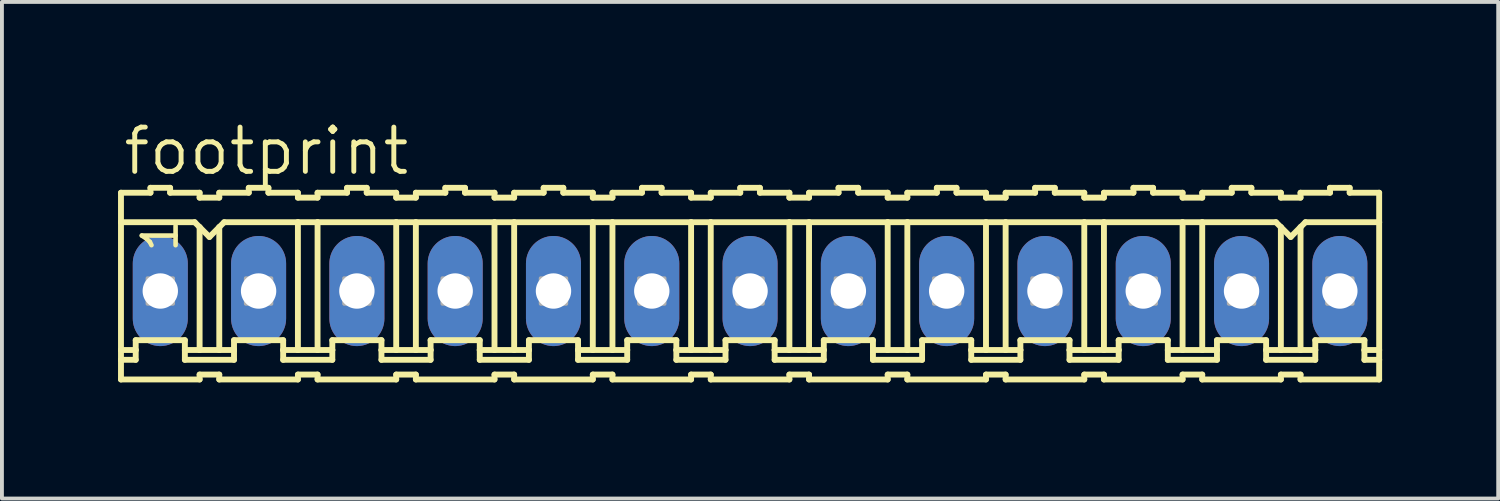
<source format=kicad_pcb>
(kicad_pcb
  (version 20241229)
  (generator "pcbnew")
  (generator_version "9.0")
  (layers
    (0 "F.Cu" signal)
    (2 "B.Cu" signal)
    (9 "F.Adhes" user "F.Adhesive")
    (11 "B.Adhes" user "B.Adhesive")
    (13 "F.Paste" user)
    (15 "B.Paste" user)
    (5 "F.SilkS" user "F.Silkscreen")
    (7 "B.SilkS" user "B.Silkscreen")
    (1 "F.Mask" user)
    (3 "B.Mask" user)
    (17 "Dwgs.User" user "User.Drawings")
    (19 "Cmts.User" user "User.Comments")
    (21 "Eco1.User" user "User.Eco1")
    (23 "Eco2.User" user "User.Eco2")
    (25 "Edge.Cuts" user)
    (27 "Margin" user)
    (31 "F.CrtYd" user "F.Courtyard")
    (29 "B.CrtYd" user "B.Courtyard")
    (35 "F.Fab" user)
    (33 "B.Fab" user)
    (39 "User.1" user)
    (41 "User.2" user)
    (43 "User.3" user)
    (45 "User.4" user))
  (footprint "footprint"
    (layer "F.Cu")
    (at 16.332 4.47)
    (property "Reference" "footprint" (at -16.256 -2.946 0) (layer "F.SilkS") (effects (font (size 1.143 1.143) (thickness 0.127)) (justify left bottom)))
    (fp_line (start -16.256 -2.54) (end -16.256 -1.778) (stroke (width 0.152) (type solid)) (layer "F.SilkS"))
    (fp_line (start -16.256 -2.54) (end -15.494 -2.54) (stroke (width 0.152) (type solid)) (layer "F.SilkS"))
    (fp_line (start -16.256 -1.778) (end -16.256 1.524) (stroke (width 0.152) (type solid)) (layer "F.SilkS"))
    (fp_line (start -16.256 1.524) (end -16.256 1.778) (stroke (width 0.152) (type solid)) (layer "F.SilkS"))
    (fp_line (start -16.256 1.778) (end -16.256 2.286) (stroke (width 0.152) (type solid)) (layer "F.SilkS"))
    (fp_line (start -16.256 1.778) (end -15.875 1.778) (stroke (width 0.152) (type solid)) (layer "F.SilkS"))
    (fp_line (start -15.875 1.27) (end -14.605 1.27) (stroke (width 0.152) (type solid)) (layer "F.SilkS"))
    (fp_line (start -15.875 1.524) (end -16.256 1.524) (stroke (width 0.152) (type solid)) (layer "F.SilkS"))
    (fp_line (start -15.875 1.524) (end -15.875 1.27) (stroke (width 0.152) (type solid)) (layer "F.SilkS"))
    (fp_line (start -15.875 1.778) (end -15.875 1.524) (stroke (width 0.152) (type solid)) (layer "F.SilkS"))
    (fp_line (start -15.494 -2.54) (end -15.494 -2.667) (stroke (width 0.152) (type solid)) (layer "F.SilkS"))
    (fp_line (start -14.986 -2.667) (end -15.494 -2.667) (stroke (width 0.152) (type solid)) (layer "F.SilkS"))
    (fp_line (start -14.986 -2.54) (end -14.986 -2.667) (stroke (width 0.152) (type solid)) (layer "F.SilkS"))
    (fp_line (start -14.605 1.524) (end -14.605 1.27) (stroke (width 0.152) (type solid)) (layer "F.SilkS"))
    (fp_line (start -14.605 1.524) (end -14.224 1.524) (stroke (width 0.152) (type solid)) (layer "F.SilkS"))
    (fp_line (start -14.605 1.778) (end -14.605 1.524) (stroke (width 0.152) (type solid)) (layer "F.SilkS"))
    (fp_line (start -14.351 -1.778) (end -16.256 -1.778) (stroke (width 0.152) (type solid)) (layer "F.SilkS"))
    (fp_line (start -14.351 -1.778) (end -14.224 -1.651) (stroke (width 0.152) (type solid)) (layer "F.SilkS"))
    (fp_line (start -14.224 -2.54) (end -14.986 -2.54) (stroke (width 0.152) (type solid)) (layer "F.SilkS"))
    (fp_line (start -14.224 -2.413) (end -14.224 -2.54) (stroke (width 0.152) (type solid)) (layer "F.SilkS"))
    (fp_line (start -14.224 -2.413) (end -13.716 -2.413) (stroke (width 0.152) (type solid)) (layer "F.SilkS"))
    (fp_line (start -14.224 -1.651) (end -14.224 1.524) (stroke (width 0.152) (type solid)) (layer "F.SilkS"))
    (fp_line (start -14.224 -1.651) (end -13.97 -1.397) (stroke (width 0.152) (type solid)) (layer "F.SilkS"))
    (fp_line (start -14.224 1.524) (end -13.716 1.524) (stroke (width 0.152) (type solid)) (layer "F.SilkS"))
    (fp_line (start -14.224 2.159) (end -14.224 2.286) (stroke (width 0.152) (type solid)) (layer "F.SilkS"))
    (fp_line (start -14.224 2.286) (end -16.256 2.286) (stroke (width 0.152) (type solid)) (layer "F.SilkS"))
    (fp_line (start -13.97 -1.397) (end -13.716 -1.651) (stroke (width 0.152) (type solid)) (layer "F.SilkS"))
    (fp_line (start -13.716 -2.54) (end -12.954 -2.54) (stroke (width 0.152) (type solid)) (layer "F.SilkS"))
    (fp_line (start -13.716 -2.413) (end -13.716 -2.54) (stroke (width 0.152) (type solid)) (layer "F.SilkS"))
    (fp_line (start -13.716 -1.651) (end -13.716 1.524) (stroke (width 0.152) (type solid)) (layer "F.SilkS"))
    (fp_line (start -13.716 -1.651) (end -13.589 -1.778) (stroke (width 0.152) (type solid)) (layer "F.SilkS"))
    (fp_line (start -13.716 1.524) (end -13.335 1.524) (stroke (width 0.152) (type solid)) (layer "F.SilkS"))
    (fp_line (start -13.716 2.159) (end -14.224 2.159) (stroke (width 0.152) (type solid)) (layer "F.SilkS"))
    (fp_line (start -13.716 2.159) (end -13.716 2.286) (stroke (width 0.152) (type solid)) (layer "F.SilkS"))
    (fp_line (start -13.716 2.286) (end -11.684 2.286) (stroke (width 0.152) (type solid)) (layer "F.SilkS"))
    (fp_line (start -13.589 -1.778) (end -11.684 -1.778) (stroke (width 0.152) (type solid)) (layer "F.SilkS"))
    (fp_line (start -13.335 1.27) (end -12.065 1.27) (stroke (width 0.152) (type solid)) (layer "F.SilkS"))
    (fp_line (start -13.335 1.524) (end -13.335 1.27) (stroke (width 0.152) (type solid)) (layer "F.SilkS"))
    (fp_line (start -13.335 1.778) (end -14.605 1.778) (stroke (width 0.152) (type solid)) (layer "F.SilkS"))
    (fp_line (start -13.335 1.778) (end -13.335 1.524) (stroke (width 0.152) (type solid)) (layer "F.SilkS"))
    (fp_line (start -12.954 -2.54) (end -12.954 -2.667) (stroke (width 0.152) (type solid)) (layer "F.SilkS"))
    (fp_line (start -12.446 -2.667) (end -12.954 -2.667) (stroke (width 0.152) (type solid)) (layer "F.SilkS"))
    (fp_line (start -12.446 -2.54) (end -12.446 -2.667) (stroke (width 0.152) (type solid)) (layer "F.SilkS"))
    (fp_line (start -12.446 -2.54) (end -11.684 -2.54) (stroke (width 0.152) (type solid)) (layer "F.SilkS"))
    (fp_line (start -12.065 1.524) (end -12.065 1.27) (stroke (width 0.152) (type solid)) (layer "F.SilkS"))
    (fp_line (start -12.065 1.524) (end -11.684 1.524) (stroke (width 0.152) (type solid)) (layer "F.SilkS"))
    (fp_line (start -12.065 1.778) (end -12.065 1.524) (stroke (width 0.152) (type solid)) (layer "F.SilkS"))
    (fp_line (start -12.065 1.778) (end -10.795 1.778) (stroke (width 0.152) (type solid)) (layer "F.SilkS"))
    (fp_line (start -11.684 -2.413) (end -11.684 -2.54) (stroke (width 0.152) (type solid)) (layer "F.SilkS"))
    (fp_line (start -11.684 -1.778) (end -11.684 1.524) (stroke (width 0.152) (type solid)) (layer "F.SilkS"))
    (fp_line (start -11.684 -1.778) (end -11.176 -1.778) (stroke (width 0.152) (type solid)) (layer "F.SilkS"))
    (fp_line (start -11.684 1.524) (end -11.176 1.524) (stroke (width 0.152) (type solid)) (layer "F.SilkS"))
    (fp_line (start -11.684 2.159) (end -11.684 2.286) (stroke (width 0.152) (type solid)) (layer "F.SilkS"))
    (fp_line (start -11.176 -2.54) (end -10.414 -2.54) (stroke (width 0.152) (type solid)) (layer "F.SilkS"))
    (fp_line (start -11.176 -2.413) (end -11.684 -2.413) (stroke (width 0.152) (type solid)) (layer "F.SilkS"))
    (fp_line (start -11.176 -2.413) (end -11.176 -2.54) (stroke (width 0.152) (type solid)) (layer "F.SilkS"))
    (fp_line (start -11.176 -1.778) (end -11.176 1.524) (stroke (width 0.152) (type solid)) (layer "F.SilkS"))
    (fp_line (start -11.176 -1.778) (end -9.144 -1.778) (stroke (width 0.152) (type solid)) (layer "F.SilkS"))
    (fp_line (start -11.176 1.524) (end -10.795 1.524) (stroke (width 0.152) (type solid)) (layer "F.SilkS"))
    (fp_line (start -11.176 2.159) (end -11.684 2.159) (stroke (width 0.152) (type solid)) (layer "F.SilkS"))
    (fp_line (start -11.176 2.159) (end -11.176 2.286) (stroke (width 0.152) (type solid)) (layer "F.SilkS"))
    (fp_line (start -10.795 1.27) (end -9.525 1.27) (stroke (width 0.152) (type solid)) (layer "F.SilkS"))
    (fp_line (start -10.795 1.524) (end -10.795 1.27) (stroke (width 0.152) (type solid)) (layer "F.SilkS"))
    (fp_line (start -10.795 1.778) (end -10.795 1.524) (stroke (width 0.152) (type solid)) (layer "F.SilkS"))
    (fp_line (start -10.414 -2.54) (end -10.414 -2.667) (stroke (width 0.152) (type solid)) (layer "F.SilkS"))
    (fp_line (start -9.906 -2.667) (end -10.414 -2.667) (stroke (width 0.152) (type solid)) (layer "F.SilkS"))
    (fp_line (start -9.906 -2.54) (end -9.906 -2.667) (stroke (width 0.152) (type solid)) (layer "F.SilkS"))
    (fp_line (start -9.906 -2.54) (end -9.144 -2.54) (stroke (width 0.152) (type solid)) (layer "F.SilkS"))
    (fp_line (start -9.525 1.524) (end -9.525 1.27) (stroke (width 0.152) (type solid)) (layer "F.SilkS"))
    (fp_line (start -9.525 1.524) (end -9.144 1.524) (stroke (width 0.152) (type solid)) (layer "F.SilkS"))
    (fp_line (start -9.525 1.778) (end -9.525 1.524) (stroke (width 0.152) (type solid)) (layer "F.SilkS"))
    (fp_line (start -9.144 -2.54) (end -9.144 -2.413) (stroke (width 0.152) (type solid)) (layer "F.SilkS"))
    (fp_line (start -9.144 -1.778) (end -9.144 1.524) (stroke (width 0.152) (type solid)) (layer "F.SilkS"))
    (fp_line (start -9.144 2.159) (end -9.144 2.286) (stroke (width 0.152) (type solid)) (layer "F.SilkS"))
    (fp_line (start -9.144 2.286) (end -11.176 2.286) (stroke (width 0.152) (type solid)) (layer "F.SilkS"))
    (fp_line (start -8.636 -2.54) (end -8.636 -2.413) (stroke (width 0.152) (type solid)) (layer "F.SilkS"))
    (fp_line (start -8.636 -2.54) (end -7.874 -2.54) (stroke (width 0.152) (type solid)) (layer "F.SilkS"))
    (fp_line (start -8.636 -2.413) (end -9.144 -2.413) (stroke (width 0.152) (type solid)) (layer "F.SilkS"))
    (fp_line (start -8.636 -1.778) (end -9.144 -1.778) (stroke (width 0.152) (type solid)) (layer "F.SilkS"))
    (fp_line (start -8.636 -1.778) (end -8.636 1.524) (stroke (width 0.152) (type solid)) (layer "F.SilkS"))
    (fp_line (start -8.636 -1.778) (end -6.604 -1.778) (stroke (width 0.152) (type solid)) (layer "F.SilkS"))
    (fp_line (start -8.636 1.524) (end -9.144 1.524) (stroke (width 0.152) (type solid)) (layer "F.SilkS"))
    (fp_line (start -8.636 2.159) (end -9.144 2.159) (stroke (width 0.152) (type solid)) (layer "F.SilkS"))
    (fp_line (start -8.636 2.159) (end -8.636 2.286) (stroke (width 0.152) (type solid)) (layer "F.SilkS"))
    (fp_line (start -8.255 1.27) (end -6.985 1.27) (stroke (width 0.152) (type solid)) (layer "F.SilkS"))
    (fp_line (start -8.255 1.524) (end -8.636 1.524) (stroke (width 0.152) (type solid)) (layer "F.SilkS"))
    (fp_line (start -8.255 1.524) (end -8.255 1.27) (stroke (width 0.152) (type solid)) (layer "F.SilkS"))
    (fp_line (start -8.255 1.778) (end -9.525 1.778) (stroke (width 0.152) (type solid)) (layer "F.SilkS"))
    (fp_line (start -8.255 1.778) (end -8.255 1.524) (stroke (width 0.152) (type solid)) (layer "F.SilkS"))
    (fp_line (start -7.874 -2.54) (end -7.874 -2.667) (stroke (width 0.152) (type solid)) (layer "F.SilkS"))
    (fp_line (start -7.366 -2.667) (end -7.874 -2.667) (stroke (width 0.152) (type solid)) (layer "F.SilkS"))
    (fp_line (start -7.366 -2.54) (end -7.366 -2.667) (stroke (width 0.152) (type solid)) (layer "F.SilkS"))
    (fp_line (start -6.985 1.524) (end -6.985 1.27) (stroke (width 0.152) (type solid)) (layer "F.SilkS"))
    (fp_line (start -6.985 1.524) (end -6.604 1.524) (stroke (width 0.152) (type solid)) (layer "F.SilkS"))
    (fp_line (start -6.985 1.778) (end -6.985 1.524) (stroke (width 0.152) (type solid)) (layer "F.SilkS"))
    (fp_line (start -6.604 -2.54) (end -7.366 -2.54) (stroke (width 0.152) (type solid)) (layer "F.SilkS"))
    (fp_line (start -6.604 -2.413) (end -6.604 -2.54) (stroke (width 0.152) (type solid)) (layer "F.SilkS"))
    (fp_line (start -6.604 -2.413) (end -6.096 -2.413) (stroke (width 0.152) (type solid)) (layer "F.SilkS"))
    (fp_line (start -6.604 -1.778) (end -6.604 1.524) (stroke (width 0.152) (type solid)) (layer "F.SilkS"))
    (fp_line (start -6.604 -1.778) (end -6.096 -1.778) (stroke (width 0.152) (type solid)) (layer "F.SilkS"))
    (fp_line (start -6.604 1.524) (end -6.096 1.524) (stroke (width 0.152) (type solid)) (layer "F.SilkS"))
    (fp_line (start -6.604 2.159) (end -6.604 2.286) (stroke (width 0.152) (type solid)) (layer "F.SilkS"))
    (fp_line (start -6.604 2.286) (end -8.636 2.286) (stroke (width 0.152) (type solid)) (layer "F.SilkS"))
    (fp_line (start -6.096 -2.54) (end -5.334 -2.54) (stroke (width 0.152) (type solid)) (layer "F.SilkS"))
    (fp_line (start -6.096 -2.413) (end -6.096 -2.54) (stroke (width 0.152) (type solid)) (layer "F.SilkS"))
    (fp_line (start -6.096 -1.778) (end -6.096 1.524) (stroke (width 0.152) (type solid)) (layer "F.SilkS"))
    (fp_line (start -6.096 -1.778) (end -4.064 -1.778) (stroke (width 0.152) (type solid)) (layer "F.SilkS"))
    (fp_line (start -6.096 1.524) (end -5.715 1.524) (stroke (width 0.152) (type solid)) (layer "F.SilkS"))
    (fp_line (start -6.096 2.159) (end -6.604 2.159) (stroke (width 0.152) (type solid)) (layer "F.SilkS"))
    (fp_line (start -6.096 2.159) (end -6.096 2.286) (stroke (width 0.152) (type solid)) (layer "F.SilkS"))
    (fp_line (start -5.715 1.27) (end -4.445 1.27) (stroke (width 0.152) (type solid)) (layer "F.SilkS"))
    (fp_line (start -5.715 1.524) (end -5.715 1.27) (stroke (width 0.152) (type solid)) (layer "F.SilkS"))
    (fp_line (start -5.715 1.778) (end -6.985 1.778) (stroke (width 0.152) (type solid)) (layer "F.SilkS"))
    (fp_line (start -5.715 1.778) (end -5.715 1.524) (stroke (width 0.152) (type solid)) (layer "F.SilkS"))
    (fp_line (start -5.334 -2.54) (end -5.334 -2.667) (stroke (width 0.152) (type solid)) (layer "F.SilkS"))
    (fp_line (start -4.826 -2.667) (end -5.334 -2.667) (stroke (width 0.152) (type solid)) (layer "F.SilkS"))
    (fp_line (start -4.826 -2.54) (end -4.826 -2.667) (stroke (width 0.152) (type solid)) (layer "F.SilkS"))
    (fp_line (start -4.445 1.524) (end -4.445 1.27) (stroke (width 0.152) (type solid)) (layer "F.SilkS"))
    (fp_line (start -4.445 1.524) (end -4.064 1.524) (stroke (width 0.152) (type solid)) (layer "F.SilkS"))
    (fp_line (start -4.445 1.778) (end -4.445 1.524) (stroke (width 0.152) (type solid)) (layer "F.SilkS"))
    (fp_line (start -4.064 -2.54) (end -4.826 -2.54) (stroke (width 0.152) (type solid)) (layer "F.SilkS"))
    (fp_line (start -4.064 -2.413) (end -4.064 -2.54) (stroke (width 0.152) (type solid)) (layer "F.SilkS"))
    (fp_line (start -4.064 -2.413) (end -3.556 -2.413) (stroke (width 0.152) (type solid)) (layer "F.SilkS"))
    (fp_line (start -4.064 -1.778) (end -4.064 1.524) (stroke (width 0.152) (type solid)) (layer "F.SilkS"))
    (fp_line (start -4.064 -1.778) (end -3.556 -1.778) (stroke (width 0.152) (type solid)) (layer "F.SilkS"))
    (fp_line (start -4.064 1.524) (end -3.556 1.524) (stroke (width 0.152) (type solid)) (layer "F.SilkS"))
    (fp_line (start -4.064 2.159) (end -4.064 2.286) (stroke (width 0.152) (type solid)) (layer "F.SilkS"))
    (fp_line (start -4.064 2.286) (end -6.096 2.286) (stroke (width 0.152) (type solid)) (layer "F.SilkS"))
    (fp_line (start -3.556 -2.54) (end -2.794 -2.54) (stroke (width 0.152) (type solid)) (layer "F.SilkS"))
    (fp_line (start -3.556 -2.413) (end -3.556 -2.54) (stroke (width 0.152) (type solid)) (layer "F.SilkS"))
    (fp_line (start -3.556 -1.778) (end -3.556 1.524) (stroke (width 0.152) (type solid)) (layer "F.SilkS"))
    (fp_line (start -3.556 -1.778) (end -1.524 -1.778) (stroke (width 0.152) (type solid)) (layer "F.SilkS"))
    (fp_line (start -3.556 1.524) (end -3.175 1.524) (stroke (width 0.152) (type solid)) (layer "F.SilkS"))
    (fp_line (start -3.556 2.159) (end -4.064 2.159) (stroke (width 0.152) (type solid)) (layer "F.SilkS"))
    (fp_line (start -3.556 2.159) (end -3.556 2.286) (stroke (width 0.152) (type solid)) (layer "F.SilkS"))
    (fp_line (start -3.175 1.27) (end -1.905 1.27) (stroke (width 0.152) (type solid)) (layer "F.SilkS"))
    (fp_line (start -3.175 1.524) (end -3.175 1.27) (stroke (width 0.152) (type solid)) (layer "F.SilkS"))
    (fp_line (start -3.175 1.778) (end -4.445 1.778) (stroke (width 0.152) (type solid)) (layer "F.SilkS"))
    (fp_line (start -3.175 1.778) (end -3.175 1.524) (stroke (width 0.152) (type solid)) (layer "F.SilkS"))
    (fp_line (start -2.794 -2.54) (end -2.794 -2.667) (stroke (width 0.152) (type solid)) (layer "F.SilkS"))
    (fp_line (start -2.286 -2.667) (end -2.794 -2.667) (stroke (width 0.152) (type solid)) (layer "F.SilkS"))
    (fp_line (start -2.286 -2.54) (end -2.286 -2.667) (stroke (width 0.152) (type solid)) (layer "F.SilkS"))
    (fp_line (start -1.905 1.524) (end -1.905 1.27) (stroke (width 0.152) (type solid)) (layer "F.SilkS"))
    (fp_line (start -1.905 1.524) (end -1.524 1.524) (stroke (width 0.152) (type solid)) (layer "F.SilkS"))
    (fp_line (start -1.905 1.778) (end -1.905 1.524) (stroke (width 0.152) (type solid)) (layer "F.SilkS"))
    (fp_line (start -1.524 -2.54) (end -2.286 -2.54) (stroke (width 0.152) (type solid)) (layer "F.SilkS"))
    (fp_line (start -1.524 -2.413) (end -1.524 -2.54) (stroke (width 0.152) (type solid)) (layer "F.SilkS"))
    (fp_line (start -1.524 -2.413) (end -1.016 -2.413) (stroke (width 0.152) (type solid)) (layer "F.SilkS"))
    (fp_line (start -1.524 -1.778) (end -1.524 1.524) (stroke (width 0.152) (type solid)) (layer "F.SilkS"))
    (fp_line (start -1.524 -1.778) (end -1.016 -1.778) (stroke (width 0.152) (type solid)) (layer "F.SilkS"))
    (fp_line (start -1.524 1.524) (end -1.016 1.524) (stroke (width 0.152) (type solid)) (layer "F.SilkS"))
    (fp_line (start -1.524 2.159) (end -1.524 2.286) (stroke (width 0.152) (type solid)) (layer "F.SilkS"))
    (fp_line (start -1.524 2.286) (end -3.556 2.286) (stroke (width 0.152) (type solid)) (layer "F.SilkS"))
    (fp_line (start -1.016 -2.54) (end -0.254 -2.54) (stroke (width 0.152) (type solid)) (layer "F.SilkS"))
    (fp_line (start -1.016 -2.413) (end -1.016 -2.54) (stroke (width 0.152) (type solid)) (layer "F.SilkS"))
    (fp_line (start -1.016 -1.778) (end -1.016 1.524) (stroke (width 0.152) (type solid)) (layer "F.SilkS"))
    (fp_line (start -1.016 -1.778) (end 1.016 -1.778) (stroke (width 0.152) (type solid)) (layer "F.SilkS"))
    (fp_line (start -1.016 1.524) (end -0.635 1.524) (stroke (width 0.152) (type solid)) (layer "F.SilkS"))
    (fp_line (start -1.016 2.159) (end -1.524 2.159) (stroke (width 0.152) (type solid)) (layer "F.SilkS"))
    (fp_line (start -1.016 2.159) (end -1.016 2.286) (stroke (width 0.152) (type solid)) (layer "F.SilkS"))
    (fp_line (start -0.635 1.27) (end 0.635 1.27) (stroke (width 0.152) (type solid)) (layer "F.SilkS"))
    (fp_line (start -0.635 1.524) (end -0.635 1.27) (stroke (width 0.152) (type solid)) (layer "F.SilkS"))
    (fp_line (start -0.635 1.778) (end -1.905 1.778) (stroke (width 0.152) (type solid)) (layer "F.SilkS"))
    (fp_line (start -0.635 1.778) (end -0.635 1.524) (stroke (width 0.152) (type solid)) (layer "F.SilkS"))
    (fp_line (start -0.254 -2.54) (end -0.254 -2.667) (stroke (width 0.152) (type solid)) (layer "F.SilkS"))
    (fp_line (start 0.254 -2.667) (end -0.254 -2.667) (stroke (width 0.152) (type solid)) (layer "F.SilkS"))
    (fp_line (start 0.254 -2.54) (end 0.254 -2.667) (stroke (width 0.152) (type solid)) (layer "F.SilkS"))
    (fp_line (start 0.635 1.524) (end 0.635 1.27) (stroke (width 0.152) (type solid)) (layer "F.SilkS"))
    (fp_line (start 0.635 1.524) (end 1.016 1.524) (stroke (width 0.152) (type solid)) (layer "F.SilkS"))
    (fp_line (start 0.635 1.778) (end 0.635 1.524) (stroke (width 0.152) (type solid)) (layer "F.SilkS"))
    (fp_line (start 1.016 -2.54) (end 0.254 -2.54) (stroke (width 0.152) (type solid)) (layer "F.SilkS"))
    (fp_line (start 1.016 -2.413) (end 1.016 -2.54) (stroke (width 0.152) (type solid)) (layer "F.SilkS"))
    (fp_line (start 1.016 -2.413) (end 1.524 -2.413) (stroke (width 0.152) (type solid)) (layer "F.SilkS"))
    (fp_line (start 1.016 -1.778) (end 1.016 1.524) (stroke (width 0.152) (type solid)) (layer "F.SilkS"))
    (fp_line (start 1.016 -1.778) (end 1.524 -1.778) (stroke (width 0.152) (type solid)) (layer "F.SilkS"))
    (fp_line (start 1.016 1.524) (end 1.524 1.524) (stroke (width 0.152) (type solid)) (layer "F.SilkS"))
    (fp_line (start 1.016 2.159) (end 1.016 2.286) (stroke (width 0.152) (type solid)) (layer "F.SilkS"))
    (fp_line (start 1.016 2.286) (end -1.016 2.286) (stroke (width 0.152) (type solid)) (layer "F.SilkS"))
    (fp_line (start 1.524 -2.54) (end 2.286 -2.54) (stroke (width 0.152) (type solid)) (layer "F.SilkS"))
    (fp_line (start 1.524 -2.413) (end 1.524 -2.54) (stroke (width 0.152) (type solid)) (layer "F.SilkS"))
    (fp_line (start 1.524 -1.778) (end 1.524 1.524) (stroke (width 0.152) (type solid)) (layer "F.SilkS"))
    (fp_line (start 1.524 -1.778) (end 3.556 -1.778) (stroke (width 0.152) (type solid)) (layer "F.SilkS"))
    (fp_line (start 1.524 1.524) (end 1.905 1.524) (stroke (width 0.152) (type solid)) (layer "F.SilkS"))
    (fp_line (start 1.524 2.159) (end 1.016 2.159) (stroke (width 0.152) (type solid)) (layer "F.SilkS"))
    (fp_line (start 1.524 2.159) (end 1.524 2.286) (stroke (width 0.152) (type solid)) (layer "F.SilkS"))
    (fp_line (start 1.905 1.27) (end 3.175 1.27) (stroke (width 0.152) (type solid)) (layer "F.SilkS"))
    (fp_line (start 1.905 1.524) (end 1.905 1.27) (stroke (width 0.152) (type solid)) (layer "F.SilkS"))
    (fp_line (start 1.905 1.778) (end 0.635 1.778) (stroke (width 0.152) (type solid)) (layer "F.SilkS"))
    (fp_line (start 1.905 1.778) (end 1.905 1.524) (stroke (width 0.152) (type solid)) (layer "F.SilkS"))
    (fp_line (start 2.286 -2.54) (end 2.286 -2.667) (stroke (width 0.152) (type solid)) (layer "F.SilkS"))
    (fp_line (start 2.794 -2.667) (end 2.286 -2.667) (stroke (width 0.152) (type solid)) (layer "F.SilkS"))
    (fp_line (start 2.794 -2.54) (end 2.794 -2.667) (stroke (width 0.152) (type solid)) (layer "F.SilkS"))
    (fp_line (start 3.175 1.524) (end 3.175 1.27) (stroke (width 0.152) (type solid)) (layer "F.SilkS"))
    (fp_line (start 3.175 1.524) (end 3.556 1.524) (stroke (width 0.152) (type solid)) (layer "F.SilkS"))
    (fp_line (start 3.175 1.778) (end 3.175 1.524) (stroke (width 0.152) (type solid)) (layer "F.SilkS"))
    (fp_line (start 3.556 -2.54) (end 2.794 -2.54) (stroke (width 0.152) (type solid)) (layer "F.SilkS"))
    (fp_line (start 3.556 -2.413) (end 3.556 -2.54) (stroke (width 0.152) (type solid)) (layer "F.SilkS"))
    (fp_line (start 3.556 -2.413) (end 4.064 -2.413) (stroke (width 0.152) (type solid)) (layer "F.SilkS"))
    (fp_line (start 3.556 -1.778) (end 3.556 1.524) (stroke (width 0.152) (type solid)) (layer "F.SilkS"))
    (fp_line (start 3.556 -1.778) (end 4.064 -1.778) (stroke (width 0.152) (type solid)) (layer "F.SilkS"))
    (fp_line (start 3.556 1.524) (end 4.064 1.524) (stroke (width 0.152) (type solid)) (layer "F.SilkS"))
    (fp_line (start 3.556 2.159) (end 3.556 2.286) (stroke (width 0.152) (type solid)) (layer "F.SilkS"))
    (fp_line (start 3.556 2.286) (end 1.524 2.286) (stroke (width 0.152) (type solid)) (layer "F.SilkS"))
    (fp_line (start 4.064 -2.54) (end 4.826 -2.54) (stroke (width 0.152) (type solid)) (layer "F.SilkS"))
    (fp_line (start 4.064 -2.413) (end 4.064 -2.54) (stroke (width 0.152) (type solid)) (layer "F.SilkS"))
    (fp_line (start 4.064 -1.778) (end 4.064 1.524) (stroke (width 0.152) (type solid)) (layer "F.SilkS"))
    (fp_line (start 4.064 -1.778) (end 6.096 -1.778) (stroke (width 0.152) (type solid)) (layer "F.SilkS"))
    (fp_line (start 4.064 1.524) (end 4.445 1.524) (stroke (width 0.152) (type solid)) (layer "F.SilkS"))
    (fp_line (start 4.064 2.159) (end 3.556 2.159) (stroke (width 0.152) (type solid)) (layer "F.SilkS"))
    (fp_line (start 4.064 2.159) (end 4.064 2.286) (stroke (width 0.152) (type solid)) (layer "F.SilkS"))
    (fp_line (start 4.445 1.27) (end 5.715 1.27) (stroke (width 0.152) (type solid)) (layer "F.SilkS"))
    (fp_line (start 4.445 1.524) (end 4.445 1.27) (stroke (width 0.152) (type solid)) (layer "F.SilkS"))
    (fp_line (start 4.445 1.778) (end 3.175 1.778) (stroke (width 0.152) (type solid)) (layer "F.SilkS"))
    (fp_line (start 4.445 1.778) (end 4.445 1.524) (stroke (width 0.152) (type solid)) (layer "F.SilkS"))
    (fp_line (start 4.826 -2.54) (end 4.826 -2.667) (stroke (width 0.152) (type solid)) (layer "F.SilkS"))
    (fp_line (start 5.334 -2.667) (end 4.826 -2.667) (stroke (width 0.152) (type solid)) (layer "F.SilkS"))
    (fp_line (start 5.334 -2.54) (end 5.334 -2.667) (stroke (width 0.152) (type solid)) (layer "F.SilkS"))
    (fp_line (start 5.715 1.524) (end 5.715 1.27) (stroke (width 0.152) (type solid)) (layer "F.SilkS"))
    (fp_line (start 5.715 1.524) (end 6.096 1.524) (stroke (width 0.152) (type solid)) (layer "F.SilkS"))
    (fp_line (start 5.715 1.778) (end 5.715 1.524) (stroke (width 0.152) (type solid)) (layer "F.SilkS"))
    (fp_line (start 6.096 -2.54) (end 5.334 -2.54) (stroke (width 0.152) (type solid)) (layer "F.SilkS"))
    (fp_line (start 6.096 -2.413) (end 6.096 -2.54) (stroke (width 0.152) (type solid)) (layer "F.SilkS"))
    (fp_line (start 6.096 -2.413) (end 6.604 -2.413) (stroke (width 0.152) (type solid)) (layer "F.SilkS"))
    (fp_line (start 6.096 -1.778) (end 6.096 1.524) (stroke (width 0.152) (type solid)) (layer "F.SilkS"))
    (fp_line (start 6.096 -1.778) (end 6.604 -1.778) (stroke (width 0.152) (type solid)) (layer "F.SilkS"))
    (fp_line (start 6.096 1.524) (end 6.604 1.524) (stroke (width 0.152) (type solid)) (layer "F.SilkS"))
    (fp_line (start 6.096 2.159) (end 6.096 2.286) (stroke (width 0.152) (type solid)) (layer "F.SilkS"))
    (fp_line (start 6.096 2.286) (end 4.064 2.286) (stroke (width 0.152) (type solid)) (layer "F.SilkS"))
    (fp_line (start 6.604 -2.54) (end 7.366 -2.54) (stroke (width 0.152) (type solid)) (layer "F.SilkS"))
    (fp_line (start 6.604 -2.413) (end 6.604 -2.54) (stroke (width 0.152) (type solid)) (layer "F.SilkS"))
    (fp_line (start 6.604 -1.778) (end 6.604 1.524) (stroke (width 0.152) (type solid)) (layer "F.SilkS"))
    (fp_line (start 6.604 -1.778) (end 8.636 -1.778) (stroke (width 0.152) (type solid)) (layer "F.SilkS"))
    (fp_line (start 6.604 1.524) (end 6.985 1.524) (stroke (width 0.152) (type solid)) (layer "F.SilkS"))
    (fp_line (start 6.604 2.159) (end 6.096 2.159) (stroke (width 0.152) (type solid)) (layer "F.SilkS"))
    (fp_line (start 6.604 2.159) (end 6.604 2.286) (stroke (width 0.152) (type solid)) (layer "F.SilkS"))
    (fp_line (start 6.985 1.27) (end 8.255 1.27) (stroke (width 0.152) (type solid)) (layer "F.SilkS"))
    (fp_line (start 6.985 1.524) (end 6.985 1.27) (stroke (width 0.152) (type solid)) (layer "F.SilkS"))
    (fp_line (start 6.985 1.778) (end 5.715 1.778) (stroke (width 0.152) (type solid)) (layer "F.SilkS"))
    (fp_line (start 6.985 1.778) (end 6.985 1.524) (stroke (width 0.152) (type solid)) (layer "F.SilkS"))
    (fp_line (start 7.366 -2.54) (end 7.366 -2.667) (stroke (width 0.152) (type solid)) (layer "F.SilkS"))
    (fp_line (start 7.874 -2.667) (end 7.366 -2.667) (stroke (width 0.152) (type solid)) (layer "F.SilkS"))
    (fp_line (start 7.874 -2.54) (end 7.874 -2.667) (stroke (width 0.152) (type solid)) (layer "F.SilkS"))
    (fp_line (start 8.255 1.524) (end 8.255 1.27) (stroke (width 0.152) (type solid)) (layer "F.SilkS"))
    (fp_line (start 8.255 1.524) (end 8.636 1.524) (stroke (width 0.152) (type solid)) (layer "F.SilkS"))
    (fp_line (start 8.255 1.778) (end 8.255 1.524) (stroke (width 0.152) (type solid)) (layer "F.SilkS"))
    (fp_line (start 8.636 -2.54) (end 7.874 -2.54) (stroke (width 0.152) (type solid)) (layer "F.SilkS"))
    (fp_line (start 8.636 -2.413) (end 8.636 -2.54) (stroke (width 0.152) (type solid)) (layer "F.SilkS"))
    (fp_line (start 8.636 -2.413) (end 9.144 -2.413) (stroke (width 0.152) (type solid)) (layer "F.SilkS"))
    (fp_line (start 8.636 -1.778) (end 8.636 1.524) (stroke (width 0.152) (type solid)) (layer "F.SilkS"))
    (fp_line (start 8.636 -1.778) (end 9.144 -1.778) (stroke (width 0.152) (type solid)) (layer "F.SilkS"))
    (fp_line (start 8.636 1.524) (end 9.144 1.524) (stroke (width 0.152) (type solid)) (layer "F.SilkS"))
    (fp_line (start 8.636 2.159) (end 8.636 2.286) (stroke (width 0.152) (type solid)) (layer "F.SilkS"))
    (fp_line (start 8.636 2.286) (end 6.604 2.286) (stroke (width 0.152) (type solid)) (layer "F.SilkS"))
    (fp_line (start 9.144 -2.54) (end 9.906 -2.54) (stroke (width 0.152) (type solid)) (layer "F.SilkS"))
    (fp_line (start 9.144 -2.413) (end 9.144 -2.54) (stroke (width 0.152) (type solid)) (layer "F.SilkS"))
    (fp_line (start 9.144 -1.778) (end 9.144 1.524) (stroke (width 0.152) (type solid)) (layer "F.SilkS"))
    (fp_line (start 9.144 -1.778) (end 11.176 -1.778) (stroke (width 0.152) (type solid)) (layer "F.SilkS"))
    (fp_line (start 9.144 1.524) (end 9.525 1.524) (stroke (width 0.152) (type solid)) (layer "F.SilkS"))
    (fp_line (start 9.144 2.159) (end 8.636 2.159) (stroke (width 0.152) (type solid)) (layer "F.SilkS"))
    (fp_line (start 9.144 2.159) (end 9.144 2.286) (stroke (width 0.152) (type solid)) (layer "F.SilkS"))
    (fp_line (start 9.525 1.27) (end 10.795 1.27) (stroke (width 0.152) (type solid)) (layer "F.SilkS"))
    (fp_line (start 9.525 1.524) (end 9.525 1.27) (stroke (width 0.152) (type solid)) (layer "F.SilkS"))
    (fp_line (start 9.525 1.778) (end 8.255 1.778) (stroke (width 0.152) (type solid)) (layer "F.SilkS"))
    (fp_line (start 9.525 1.778) (end 9.525 1.524) (stroke (width 0.152) (type solid)) (layer "F.SilkS"))
    (fp_line (start 9.906 -2.54) (end 9.906 -2.667) (stroke (width 0.152) (type solid)) (layer "F.SilkS"))
    (fp_line (start 10.414 -2.667) (end 9.906 -2.667) (stroke (width 0.152) (type solid)) (layer "F.SilkS"))
    (fp_line (start 10.414 -2.54) (end 10.414 -2.667) (stroke (width 0.152) (type solid)) (layer "F.SilkS"))
    (fp_line (start 10.795 1.524) (end 10.795 1.27) (stroke (width 0.152) (type solid)) (layer "F.SilkS"))
    (fp_line (start 10.795 1.524) (end 11.176 1.524) (stroke (width 0.152) (type solid)) (layer "F.SilkS"))
    (fp_line (start 10.795 1.778) (end 10.795 1.524) (stroke (width 0.152) (type solid)) (layer "F.SilkS"))
    (fp_line (start 11.176 -2.54) (end 10.414 -2.54) (stroke (width 0.152) (type solid)) (layer "F.SilkS"))
    (fp_line (start 11.176 -2.413) (end 11.176 -2.54) (stroke (width 0.152) (type solid)) (layer "F.SilkS"))
    (fp_line (start 11.176 -2.413) (end 11.684 -2.413) (stroke (width 0.152) (type solid)) (layer "F.SilkS"))
    (fp_line (start 11.176 -1.778) (end 11.176 1.524) (stroke (width 0.152) (type solid)) (layer "F.SilkS"))
    (fp_line (start 11.176 -1.778) (end 11.684 -1.778) (stroke (width 0.152) (type solid)) (layer "F.SilkS"))
    (fp_line (start 11.176 1.524) (end 11.684 1.524) (stroke (width 0.152) (type solid)) (layer "F.SilkS"))
    (fp_line (start 11.176 2.159) (end 11.176 2.286) (stroke (width 0.152) (type solid)) (layer "F.SilkS"))
    (fp_line (start 11.176 2.286) (end 9.144 2.286) (stroke (width 0.152) (type solid)) (layer "F.SilkS"))
    (fp_line (start 11.684 -2.54) (end 12.446 -2.54) (stroke (width 0.152) (type solid)) (layer "F.SilkS"))
    (fp_line (start 11.684 -2.413) (end 11.684 -2.54) (stroke (width 0.152) (type solid)) (layer "F.SilkS"))
    (fp_line (start 11.684 -1.778) (end 11.684 1.524) (stroke (width 0.152) (type solid)) (layer "F.SilkS"))
    (fp_line (start 11.684 -1.778) (end 13.589 -1.778) (stroke (width 0.152) (type solid)) (layer "F.SilkS"))
    (fp_line (start 11.684 1.524) (end 12.065 1.524) (stroke (width 0.152) (type solid)) (layer "F.SilkS"))
    (fp_line (start 11.684 2.159) (end 11.176 2.159) (stroke (width 0.152) (type solid)) (layer "F.SilkS"))
    (fp_line (start 11.684 2.159) (end 11.684 2.286) (stroke (width 0.152) (type solid)) (layer "F.SilkS"))
    (fp_line (start 12.065 1.27) (end 13.335 1.27) (stroke (width 0.152) (type solid)) (layer "F.SilkS"))
    (fp_line (start 12.065 1.524) (end 12.065 1.27) (stroke (width 0.152) (type solid)) (layer "F.SilkS"))
    (fp_line (start 12.065 1.778) (end 10.795 1.778) (stroke (width 0.152) (type solid)) (layer "F.SilkS"))
    (fp_line (start 12.065 1.778) (end 12.065 1.524) (stroke (width 0.152) (type solid)) (layer "F.SilkS"))
    (fp_line (start 12.446 -2.54) (end 12.446 -2.667) (stroke (width 0.152) (type solid)) (layer "F.SilkS"))
    (fp_line (start 12.954 -2.667) (end 12.446 -2.667) (stroke (width 0.152) (type solid)) (layer "F.SilkS"))
    (fp_line (start 12.954 -2.54) (end 12.954 -2.667) (stroke (width 0.152) (type solid)) (layer "F.SilkS"))
    (fp_line (start 12.954 -2.54) (end 13.716 -2.54) (stroke (width 0.152) (type solid)) (layer "F.SilkS"))
    (fp_line (start 13.335 1.524) (end 13.335 1.27) (stroke (width 0.152) (type solid)) (layer "F.SilkS"))
    (fp_line (start 13.335 1.524) (end 13.716 1.524) (stroke (width 0.152) (type solid)) (layer "F.SilkS"))
    (fp_line (start 13.335 1.778) (end 13.335 1.524) (stroke (width 0.152) (type solid)) (layer "F.SilkS"))
    (fp_line (start 13.335 1.778) (end 14.605 1.778) (stroke (width 0.152) (type solid)) (layer "F.SilkS"))
    (fp_line (start 13.589 -1.778) (end 13.716 -1.651) (stroke (width 0.152) (type solid)) (layer "F.SilkS"))
    (fp_line (start 13.716 -2.413) (end 13.716 -2.54) (stroke (width 0.152) (type solid)) (layer "F.SilkS"))
    (fp_line (start 13.716 -1.651) (end 13.716 1.524) (stroke (width 0.152) (type solid)) (layer "F.SilkS"))
    (fp_line (start 13.716 -1.651) (end 13.97 -1.397) (stroke (width 0.152) (type solid)) (layer "F.SilkS"))
    (fp_line (start 13.716 1.524) (end 14.224 1.524) (stroke (width 0.152) (type solid)) (layer "F.SilkS"))
    (fp_line (start 13.716 2.159) (end 13.716 2.286) (stroke (width 0.152) (type solid)) (layer "F.SilkS"))
    (fp_line (start 13.716 2.286) (end 11.684 2.286) (stroke (width 0.152) (type solid)) (layer "F.SilkS"))
    (fp_line (start 13.97 -1.397) (end 14.224 -1.651) (stroke (width 0.152) (type solid)) (layer "F.SilkS"))
    (fp_line (start 14.224 -2.54) (end 14.986 -2.54) (stroke (width 0.152) (type solid)) (layer "F.SilkS"))
    (fp_line (start 14.224 -2.413) (end 13.716 -2.413) (stroke (width 0.152) (type solid)) (layer "F.SilkS"))
    (fp_line (start 14.224 -2.413) (end 14.224 -2.54) (stroke (width 0.152) (type solid)) (layer "F.SilkS"))
    (fp_line (start 14.224 -1.651) (end 14.224 1.524) (stroke (width 0.152) (type solid)) (layer "F.SilkS"))
    (fp_line (start 14.224 -1.651) (end 14.351 -1.778) (stroke (width 0.152) (type solid)) (layer "F.SilkS"))
    (fp_line (start 14.224 1.524) (end 14.605 1.524) (stroke (width 0.152) (type solid)) (layer "F.SilkS"))
    (fp_line (start 14.224 2.159) (end 13.716 2.159) (stroke (width 0.152) (type solid)) (layer "F.SilkS"))
    (fp_line (start 14.224 2.159) (end 14.224 2.286) (stroke (width 0.152) (type solid)) (layer "F.SilkS"))
    (fp_line (start 14.351 -1.778) (end 16.256 -1.778) (stroke (width 0.152) (type solid)) (layer "F.SilkS"))
    (fp_line (start 14.605 1.27) (end 15.875 1.27) (stroke (width 0.152) (type solid)) (layer "F.SilkS"))
    (fp_line (start 14.605 1.524) (end 14.605 1.27) (stroke (width 0.152) (type solid)) (layer "F.SilkS"))
    (fp_line (start 14.605 1.778) (end 14.605 1.524) (stroke (width 0.152) (type solid)) (layer "F.SilkS"))
    (fp_line (start 14.986 -2.54) (end 14.986 -2.667) (stroke (width 0.152) (type solid)) (layer "F.SilkS"))
    (fp_line (start 15.494 -2.667) (end 14.986 -2.667) (stroke (width 0.152) (type solid)) (layer "F.SilkS"))
    (fp_line (start 15.494 -2.54) (end 15.494 -2.667) (stroke (width 0.152) (type solid)) (layer "F.SilkS"))
    (fp_line (start 15.494 -2.54) (end 16.256 -2.54) (stroke (width 0.152) (type solid)) (layer "F.SilkS"))
    (fp_line (start 15.875 1.524) (end 15.875 1.27) (stroke (width 0.152) (type solid)) (layer "F.SilkS"))
    (fp_line (start 15.875 1.524) (end 16.256 1.524) (stroke (width 0.152) (type solid)) (layer "F.SilkS"))
    (fp_line (start 15.875 1.778) (end 15.875 1.524) (stroke (width 0.152) (type solid)) (layer "F.SilkS"))
    (fp_line (start 16.256 -1.778) (end 16.256 -2.54) (stroke (width 0.152) (type solid)) (layer "F.SilkS"))
    (fp_line (start 16.256 -1.778) (end 16.256 1.524) (stroke (width 0.152) (type solid)) (layer "F.SilkS"))
    (fp_line (start 16.256 1.524) (end 16.256 1.778) (stroke (width 0.152) (type solid)) (layer "F.SilkS"))
    (fp_line (start 16.256 1.778) (end 15.875 1.778) (stroke (width 0.152) (type solid)) (layer "F.SilkS"))
    (fp_line (start 16.256 1.778) (end 16.256 2.286) (stroke (width 0.152) (type solid)) (layer "F.SilkS"))
    (fp_line (start 16.256 2.286) (end 14.224 2.286) (stroke (width 0.152) (type solid)) (layer "F.SilkS"))
    (fp_poly (pts (xy -15.57 0.33) (xy -14.91 0.33) (xy -14.91 -0.33) (xy -15.57 -0.33)) (stroke (width 0.1) (type solid)) (fill no) (layer "F.Fab"))
    (fp_poly (pts (xy -13.03 0.33) (xy -12.37 0.33) (xy -12.37 -0.33) (xy -13.03 -0.33)) (stroke (width 0.1) (type solid)) (fill no) (layer "F.Fab"))
    (fp_poly (pts (xy -10.49 0.33) (xy -9.83 0.33) (xy -9.83 -0.33) (xy -10.49 -0.33)) (stroke (width 0.1) (type solid)) (fill no) (layer "F.Fab"))
    (fp_poly (pts (xy -7.95 0.33) (xy -7.29 0.33) (xy -7.29 -0.33) (xy -7.95 -0.33)) (stroke (width 0.1) (type solid)) (fill no) (layer "F.Fab"))
    (fp_poly (pts (xy -5.41 0.33) (xy -4.75 0.33) (xy -4.75 -0.33) (xy -5.41 -0.33)) (stroke (width 0.1) (type solid)) (fill no) (layer "F.Fab"))
    (fp_poly (pts (xy -2.87 0.33) (xy -2.21 0.33) (xy -2.21 -0.33) (xy -2.87 -0.33)) (stroke (width 0.1) (type solid)) (fill no) (layer "F.Fab"))
    (fp_poly (pts (xy -0.33 0.33) (xy 0.33 0.33) (xy 0.33 -0.33) (xy -0.33 -0.33)) (stroke (width 0.1) (type solid)) (fill no) (layer "F.Fab"))
    (fp_poly (pts (xy 2.21 0.33) (xy 2.87 0.33) (xy 2.87 -0.33) (xy 2.21 -0.33)) (stroke (width 0.1) (type solid)) (fill no) (layer "F.Fab"))
    (fp_poly (pts (xy 4.75 0.33) (xy 5.41 0.33) (xy 5.41 -0.33) (xy 4.75 -0.33)) (stroke (width 0.1) (type solid)) (fill no) (layer "F.Fab"))
    (fp_poly (pts (xy 7.29 0.33) (xy 7.95 0.33) (xy 7.95 -0.33) (xy 7.29 -0.33)) (stroke (width 0.1) (type solid)) (fill no) (layer "F.Fab"))
    (fp_poly (pts (xy 9.83 0.33) (xy 10.49 0.33) (xy 10.49 -0.33) (xy 9.83 -0.33)) (stroke (width 0.1) (type solid)) (fill no) (layer "F.Fab"))
    (fp_poly (pts (xy 12.37 0.33) (xy 13.03 0.33) (xy 13.03 -0.33) (xy 12.37 -0.33)) (stroke (width 0.1) (type solid)) (fill no) (layer "F.Fab"))
    (fp_poly (pts (xy 14.91 0.33) (xy 15.57 0.33) (xy 15.57 -0.33) (xy 14.91 -0.33)) (stroke (width 0.1) (type solid)) (fill no) (layer "F.Fab"))
    (fp_text user "1" (at -14.732 -0.94 90) (layer "F.SilkS") (effects (font (size 0.872 0.872) (thickness 0.119)) (justify left bottom)))
    (pad "1" thru_hole oval (at -15.24 0 90) (size 2.845 1.422) (drill 0.914) (layers "*.Cu" "*.Mask"))
    (pad "2" thru_hole oval (at -12.7 0 90) (size 2.845 1.422) (drill 0.914) (layers "*.Cu" "*.Mask"))
    (pad "3" thru_hole oval (at -10.16 0 90) (size 2.845 1.422) (drill 0.914) (layers "*.Cu" "*.Mask"))
    (pad "4" thru_hole oval (at -7.62 0 90) (size 2.845 1.422) (drill 0.914) (layers "*.Cu" "*.Mask"))
    (pad "5" thru_hole oval (at -5.08 0 90) (size 2.845 1.422) (drill 0.914) (layers "*.Cu" "*.Mask"))
    (pad "6" thru_hole oval (at -2.54 0 90) (size 2.845 1.422) (drill 0.914) (layers "*.Cu" "*.Mask"))
    (pad "7" thru_hole oval (at 0 0 90) (size 2.845 1.422) (drill 0.914) (layers "*.Cu" "*.Mask"))
    (pad "8" thru_hole oval (at 2.54 0 90) (size 2.845 1.422) (drill 0.914) (layers "*.Cu" "*.Mask"))
    (pad "9" thru_hole oval (at 5.08 0 90) (size 2.845 1.422) (drill 0.914) (layers "*.Cu" "*.Mask"))
    (pad "10" thru_hole oval (at 7.62 0 90) (size 2.845 1.422) (drill 0.914) (layers "*.Cu" "*.Mask"))
    (pad "11" thru_hole oval (at 10.16 0 90) (size 2.845 1.422) (drill 0.914) (layers "*.Cu" "*.Mask"))
    (pad "12" thru_hole oval (at 12.7 0 90) (size 2.845 1.422) (drill 0.914) (layers "*.Cu" "*.Mask"))
    (pad "13" thru_hole oval (at 15.24 0 90) (size 2.845 1.422) (drill 0.914) (layers "*.Cu" "*.Mask")))
  (gr_rect
    (start -3 -3)
    (end 35.664 9.833)
    (stroke (width 0.1) (type default))
    (fill no)
    (layer "Edge.Cuts")))
</source>
